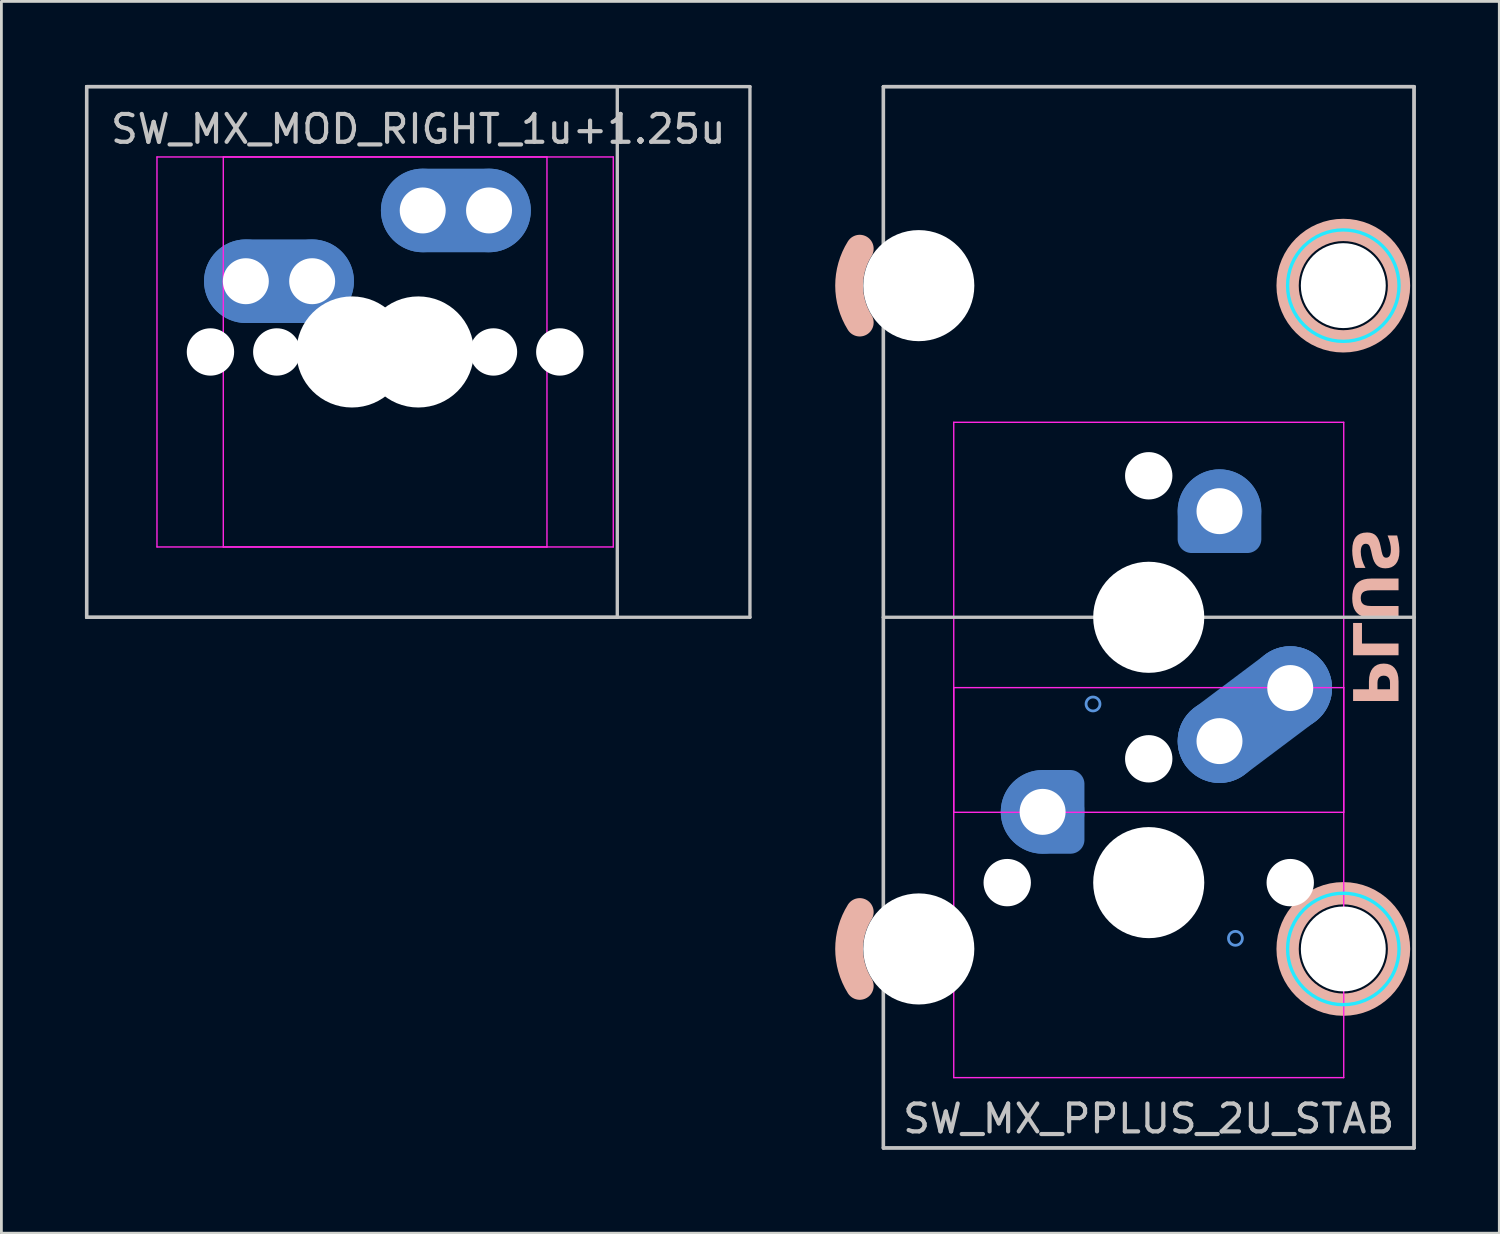
<source format=kicad_pcb>
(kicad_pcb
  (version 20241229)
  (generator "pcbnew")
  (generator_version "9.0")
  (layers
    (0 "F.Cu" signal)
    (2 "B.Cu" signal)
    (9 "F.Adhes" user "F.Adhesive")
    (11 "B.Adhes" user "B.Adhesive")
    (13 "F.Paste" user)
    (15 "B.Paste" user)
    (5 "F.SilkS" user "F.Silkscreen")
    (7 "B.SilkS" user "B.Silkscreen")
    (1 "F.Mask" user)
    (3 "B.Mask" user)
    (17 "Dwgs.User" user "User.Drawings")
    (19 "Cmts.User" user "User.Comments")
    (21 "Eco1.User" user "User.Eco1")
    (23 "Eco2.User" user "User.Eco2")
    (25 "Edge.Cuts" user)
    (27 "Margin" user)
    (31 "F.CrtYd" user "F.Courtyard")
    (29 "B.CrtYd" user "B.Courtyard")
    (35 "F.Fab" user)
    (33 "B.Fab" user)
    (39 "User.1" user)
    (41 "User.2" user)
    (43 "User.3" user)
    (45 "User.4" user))
  (footprint "SW_MX_PPLUS_2U_STAB"
    (layer "F.Cu")
    (at 38.188 28.635)
    (property "Reference" "SW_MX_PPLUS_2U_STAB" (at 0 8.475 180) (layer "Dwgs.User") (effects (font (size 1 1) (thickness 0.15))))
    (attr through_hole exclude_from_pos_files exclude_from_bom)
    (fp_arc (start -10.374995 -20.106252) (mid -10.755 -21.43125) (end -10.374995 -22.756248) (stroke (width 1) (type default)) (layer "B.SilkS"))
    (fp_arc (start -10.374995 3.706248) (mid -10.755 2.38125) (end -10.374995 1.056252) (stroke (width 1) (type default)) (layer "B.SilkS"))
    (fp_circle (center 6.985 -21.431) (end 6.985 -23.431) (stroke (width 0.8) (type solid)) (fill no) (layer "B.SilkS"))
    (fp_circle (center 6.985 2.381) (end 6.985 0.381) (stroke (width 0.8) (type solid)) (fill no) (layer "B.SilkS"))
    (fp_line (start -9.525 -28.575) (end -9.525 -9.525) (stroke (width 0.12) (type solid)) (layer "Dwgs.User"))
    (fp_line (start -9.525 -28.575) (end -9.525 9.525) (stroke (width 0.12) (type solid)) (layer "Dwgs.User"))
    (fp_line (start -9.525 -9.525) (end -9.525 9.525) (stroke (width 0.12) (type solid)) (layer "Dwgs.User"))
    (fp_line (start -9.525 9.525) (end 9.525 9.525) (stroke (width 0.12) (type solid)) (layer "Dwgs.User"))
    (fp_line (start 9.525 -28.575) (end -9.525 -28.575) (stroke (width 0.12) (type solid)) (layer "Dwgs.User"))
    (fp_line (start 9.525 -28.575) (end -9.525 -28.575) (stroke (width 0.12) (type solid)) (layer "Dwgs.User"))
    (fp_line (start 9.525 -28.575) (end 9.525 9.525) (stroke (width 0.12) (type solid)) (layer "Dwgs.User"))
    (fp_line (start 9.525 -9.525) (end -9.525 -9.525) (stroke (width 0.12) (type solid)) (layer "Dwgs.User"))
    (fp_line (start 9.525 -9.525) (end 9.525 -28.575) (stroke (width 0.12) (type solid)) (layer "Dwgs.User"))
    (fp_line (start 9.525 9.525) (end -9.525 9.525) (stroke (width 0.12) (type solid)) (layer "Dwgs.User"))
    (fp_line (start 9.525 9.525) (end 9.525 -9.525) (stroke (width 0.12) (type solid)) (layer "Dwgs.User"))
    (fp_circle (center -3.81 -2.54) (end -3.81 -2.79) (stroke (width 0.1) (type default)) (fill no) (layer "Cmts.User"))
    (fp_circle (center -2 -6.413) (end -1.75 -6.413) (stroke (width 0.1) (type default)) (fill no) (layer "Cmts.User"))
    (fp_circle (center 0 -9.525) (end 0 -10.025) (stroke (width 0.1) (type default)) (fill no) (layer "Cmts.User"))
    (fp_circle (center 2.54 -13.335) (end 2.79 -13.335) (stroke (width 0.1) (type default)) (fill no) (layer "Cmts.User"))
    (fp_circle (center 2.54 -5.08) (end 2.54 -5.33) (stroke (width 0.1) (type default)) (fill no) (layer "Cmts.User"))
    (fp_circle (center 3.112 2) (end 3.112 1.75) (stroke (width 0.1) (type default)) (fill no) (layer "Cmts.User"))
    (fp_circle (center 5.08 -6.985) (end 5.33 -6.985) (stroke (width 0.1) (type default)) (fill no) (layer "Cmts.User"))
    (fp_line (start -8 -24.306) (end -8 -18.556) (stroke (width 0.05) (type solid)) (layer "Eco2.User"))
    (fp_line (start -8 -0.494) (end -8 5.256) (stroke (width 0.05) (type solid)) (layer "Eco2.User"))
    (fp_line (start -7 -3.025) (end -7 -16.025) (stroke (width 0.05) (type solid)) (layer "Eco2.User"))
    (fp_line (start -7 6.5) (end -7 -6.5) (stroke (width 0.05) (type solid)) (layer "Eco2.User"))
    (fp_line (start -6.5 -16.525) (end 6.5 -16.525) (stroke (width 0.05) (type solid)) (layer "Eco2.User"))
    (fp_line (start -6.5 -7) (end 6.5 -7) (stroke (width 0.05) (type solid)) (layer "Eco2.User"))
    (fp_line (start 5.5 -24.806) (end -7.5 -24.806) (stroke (width 0.05) (type solid)) (layer "Eco2.User"))
    (fp_line (start 5.5 -18.056) (end -7.5 -18.056) (stroke (width 0.05) (type solid)) (layer "Eco2.User"))
    (fp_line (start 5.5 -0.994) (end -7.5 -0.994) (stroke (width 0.05) (type solid)) (layer "Eco2.User"))
    (fp_line (start 5.5 5.755) (end -7.5 5.756) (stroke (width 0.05) (type solid)) (layer "Eco2.User"))
    (fp_line (start 6 -24.306) (end 6 -18.556) (stroke (width 0.05) (type solid)) (layer "Eco2.User"))
    (fp_line (start 6 -0.494) (end 6 5.255) (stroke (width 0.05) (type solid)) (layer "Eco2.User"))
    (fp_line (start 6.5 -2.525) (end -6.5 -2.525) (stroke (width 0.05) (type solid)) (layer "Eco2.User"))
    (fp_line (start 6.5 7) (end -6.5 7) (stroke (width 0.05) (type solid)) (layer "Eco2.User"))
    (fp_line (start 7 -16.025) (end 7 -3.025) (stroke (width 0.05) (type solid)) (layer "Eco2.User"))
    (fp_line (start 7 -6.5) (end 7 6.5) (stroke (width 0.05) (type solid)) (layer "Eco2.User"))
    (fp_arc (start -8.000001 -24.30625) (mid -7.853543 -24.659807) (end -7.500001 -24.80625) (stroke (width 0.05) (type solid)) (layer "Eco2.User"))
    (fp_arc (start -8.000001 -0.49375) (mid -7.853543 -0.847307) (end -7.500001 -0.99375) (stroke (width 0.05) (type solid)) (layer "Eco2.User"))
    (fp_arc (start -7.500001 -18.05625) (mid -7.853536 -18.2027) (end -8.000001 -18.55625) (stroke (width 0.05) (type solid)) (layer "Eco2.User"))
    (fp_arc (start -7.500001 5.75625) (mid -7.853563 5.609812) (end -8.000001 5.25625) (stroke (width 0.05) (type solid)) (layer "Eco2.User"))
    (fp_arc (start -7 -16.025) (mid -6.853553 -16.378553) (end -6.5 -16.525) (stroke (width 0.05) (type solid)) (layer "Eco2.User"))
    (fp_arc (start -7 -6.5) (mid -6.853553 -6.853553) (end -6.5 -7) (stroke (width 0.05) (type solid)) (layer "Eco2.User"))
    (fp_arc (start -6.5 7) (mid -6.853553 6.853553) (end -7 6.5) (stroke (width 0.05) (type solid)) (layer "Eco2.User"))
    (fp_arc (start -6.498884 -2.527764) (mid -6.852453 -2.674195) (end -6.998884 -3.027764) (stroke (width 0.05) (type solid)) (layer "Eco2.User"))
    (fp_arc (start 5.499999 -24.80625) (mid 5.853535 -24.659801) (end 5.999999 -24.30625) (stroke (width 0.05) (type solid)) (layer "Eco2.User"))
    (fp_arc (start 5.499999 -0.99375) (mid 5.853535 -0.847301) (end 5.999999 -0.49375) (stroke (width 0.05) (type solid)) (layer "Eco2.User"))
    (fp_arc (start 5.999999 -18.55625) (mid 5.853541 -18.202694) (end 5.499999 -18.05625) (stroke (width 0.05) (type solid)) (layer "Eco2.User"))
    (fp_arc (start 5.999999 5.255039) (mid 5.853545 5.608602) (end 5.499999 5.755039) (stroke (width 0.05) (type solid)) (layer "Eco2.User"))
    (fp_arc (start 6.5 -16.525) (mid 6.853553 -16.378553) (end 7 -16.025) (stroke (width 0.05) (type solid)) (layer "Eco2.User"))
    (fp_arc (start 6.5 -7) (mid 6.853553 -6.853553) (end 7 -6.5) (stroke (width 0.05) (type solid)) (layer "Eco2.User"))
    (fp_arc (start 6.997236 6.498884) (mid 6.850805 6.852453) (end 6.497236 6.998884) (stroke (width 0.05) (type solid)) (layer "Eco2.User"))
    (fp_arc (start 7 -3.025) (mid 6.853553 -2.671447) (end 6.5 -2.525) (stroke (width 0.05) (type solid)) (layer "Eco2.User"))
    (fp_circle (center 6.985 -21.431) (end 6.985 -19.431) (stroke (width 0.12) (type solid)) (fill no) (layer "B.CrtYd"))
    (fp_circle (center 6.985 2.381) (end 6.985 4.381) (stroke (width 0.12) (type solid)) (fill no) (layer "B.CrtYd"))
    (fp_line (start -7 -16.525) (end -7 -2.525) (stroke (width 0.05) (type solid)) (layer "F.CrtYd"))
    (fp_line (start -7 -7) (end -7 7) (stroke (width 0.05) (type solid)) (layer "F.CrtYd"))
    (fp_line (start -7 -2.525) (end 7 -2.525) (stroke (width 0.05) (type solid)) (layer "F.CrtYd"))
    (fp_line (start -7 7) (end 7 7) (stroke (width 0.05) (type solid)) (layer "F.CrtYd"))
    (fp_line (start 7 -16.525) (end -7 -16.525) (stroke (width 0.05) (type solid)) (layer "F.CrtYd"))
    (fp_line (start 7 -7) (end -7 -7) (stroke (width 0.05) (type solid)) (layer "F.CrtYd"))
    (fp_line (start 7 -2.525) (end 7 -16.525) (stroke (width 0.05) (type solid)) (layer "F.CrtYd"))
    (fp_line (start 7 7) (end 7 -7) (stroke (width 0.05) (type solid)) (layer "F.CrtYd"))
    (fp_text user "PLUS" (at 8 -9.525 270) (unlocked yes) (layer "B.SilkS") (effects (font (face "Hitmo2.0") (size 1.6 1.6) (thickness 0.3) (bold yes)) (justify mirror)))
    (pad "" np_thru_hole circle (at -8.255 -21.431 270) (size 3.988 3.988) (drill 3.988) (layers "*.Cu" "*.Mask"))
    (pad "" np_thru_hole circle (at -8.255 2.381 270) (size 3.988 3.988) (drill 3.988) (layers "*.Cu" "*.Mask"))
    (pad "" np_thru_hole circle (at -5.08 0) (size 1.7 1.7) (drill 1.7) (layers "*.Cu" "*.Mask"))
    (pad "" np_thru_hole circle (at 0 -14.605 270) (size 1.7 1.7) (drill 1.7) (layers "*.Cu" "*.Mask"))
    (pad "" np_thru_hole circle (at 0 -9.525 90) (size 3.988 3.988) (drill 3.988) (layers "*.Cu" "*.Mask"))
    (pad "" np_thru_hole circle (at 0 -4.445 270) (size 1.7 1.7) (drill 1.7) (layers "*.Cu" "*.Mask"))
    (pad "" np_thru_hole circle (at 0 0) (size 3.988 3.988) (drill 3.988) (layers "*.Cu" "*.Mask"))
    (pad "" np_thru_hole circle (at 5.08 0) (size 1.7 1.7) (drill 1.7) (layers "*.Cu" "*.Mask"))
    (pad "" np_thru_hole circle (at 6.985 -21.431 270) (size 3.048 3.048) (drill 3.048) (layers "*.Cu" "*.Mask"))
    (pad "" np_thru_hole circle (at 6.985 2.381 270) (size 3.048 3.048) (drill 3.048) (layers "*.Cu" "*.Mask"))
    (pad "1" thru_hole circle (at -3.81 -2.54) (size 2 2) (drill 1.65) (layers "*.Cu") (remove_unused_layers yes) (keep_end_layers yes) (zone_layer_connections))
    (pad "1" smd custom (at -3.81 -2.54) (size 2.7 2.7) (layers "B.Cu" "B.Mask") (options (anchor circle)) (primitives (gr_poly (pts (arc (start 0 1.35) (mid -1.35 0) (end 0 -1.35)) (arc (start 0.9 -1.35) (mid 1.218198 -1.218198) (end 1.35 -0.9)) (arc (start 1.35 0.9) (mid 1.218198 1.218198) (end 0.9 1.35))) (width 0.004) (fill yes))))
    (pad "1" smd circle (at -3.81 -2.54) (size 3 3) (layers "B.Cu"))
    (pad "1" smd custom (at -3.81 -2.54) (size 3 3) (layers "B.Cu") (options (anchor circle)) (primitives (gr_poly (pts (arc (start 0 1.5) (mid -1.5 0) (end 0 -1.5)) (arc (start 1 -1.5) (mid 1.353554 -1.353554) (end 1.5 -1)) (arc (start 1.5 1) (mid 1.353554 1.353554) (end 1 1.5))) (width 0.004) (fill yes))))
    (pad "1" thru_hole circle (at 2.54 -13.335 270) (size 2 2) (drill 1.65) (layers "*.Cu") (remove_unused_layers yes) (keep_end_layers yes) (zone_layer_connections))
    (pad "1" smd custom (at 2.54 -13.335 270) (size 2.7 2.7) (layers "B.Cu" "B.Mask") (options (anchor circle)) (primitives (gr_poly (pts (arc (start 0 1.35) (mid -1.35 0) (end 0 -1.35)) (arc (start 0.9 -1.35) (mid 1.218198 -1.218198) (end 1.35 -0.9)) (arc (start 1.35 0.9) (mid 1.218198 1.218198) (end 0.9 1.35))) (width 0.004) (fill yes))))
    (pad "1" smd circle (at 2.54 -13.335 270) (size 3 3) (layers "B.Cu"))
    (pad "1" smd custom (at 2.54 -13.335 270) (size 3 3) (layers "B.Cu") (options (anchor circle)) (primitives (gr_poly (pts (arc (start 0 1.5) (mid -1.5 0) (end 0 -1.5)) (arc (start 1 -1.5) (mid 1.353554 -1.353554) (end 1.5 -1)) (arc (start 1.5 1) (mid 1.353554 1.353554) (end 1 1.5))) (width 0.004) (fill yes))))
    (pad "2" thru_hole circle (at 2.54 -5.08 180) (size 2 2) (drill 1.65) (layers "*.Cu") (remove_unused_layers yes) (keep_end_layers yes) (zone_layer_connections))
    (pad "2" smd circle (at 2.54 -5.08 180) (size 2.7 2.7) (layers "B.Cu" "B.Mask"))
    (pad "2" smd circle (at 2.54 -5.08 180) (size 3 3) (layers "B.Cu"))
    (pad "2" smd circle (at 2.54 -5.08) (size 3 3) (layers "B.Cu"))
    (pad "2" smd oval (at 3.81 -6.032 126.9) (size 2 5.175) (layers "F.Cu"))
    (pad "2" smd oval (at 3.81 -6.032 126.9) (size 3 6.175) (layers "B.Cu"))
    (pad "2" thru_hole circle (at 5.08 -6.985 90) (size 2 2) (drill 1.65) (layers "*.Cu") (remove_unused_layers yes) (keep_end_layers yes) (zone_layer_connections))
    (pad "2" smd circle (at 5.08 -6.985 180) (size 2.7 2.7) (layers "B.Cu" "B.Mask"))
    (pad "2" smd circle (at 5.08 -6.985 90) (size 3 3) (layers "B.Cu"))
    (pad "2" smd circle (at 5.08 -6.985 270) (size 3 3) (layers "B.Cu")))
  (footprint "SW_MX_MOD_RIGHT_1u+1.25u"
    (layer "F.Cu")
    (at 11.966 9.585)
    (property "Reference" "SW_MX_MOD_RIGHT_1u+1.25u" (at 0 -8 0) (layer "Dwgs.User") (effects (font (size 1 1) (thickness 0.15))))
    (attr through_hole exclude_from_pos_files exclude_from_bom)
    (fp_line (start -11.906 -9.525) (end -11.906 9.525) (stroke (width 0.12) (type solid)) (layer "Dwgs.User"))
    (fp_line (start -11.906 -9.525) (end -11.906 9.525) (stroke (width 0.12) (type solid)) (layer "Dwgs.User"))
    (fp_line (start -11.906 9.525) (end 7.144 9.525) (stroke (width 0.12) (type solid)) (layer "Dwgs.User"))
    (fp_line (start -11.906 9.525) (end 11.906 9.525) (stroke (width 0.12) (type solid)) (layer "Dwgs.User"))
    (fp_line (start 7.144 -9.525) (end -11.906 -9.525) (stroke (width 0.12) (type solid)) (layer "Dwgs.User"))
    (fp_line (start 7.144 9.525) (end 7.144 -9.525) (stroke (width 0.12) (type solid)) (layer "Dwgs.User"))
    (fp_line (start 11.906 -9.525) (end -11.906 -9.525) (stroke (width 0.12) (type solid)) (layer "Dwgs.User"))
    (fp_line (start 11.906 9.525) (end 11.906 -9.525) (stroke (width 0.12) (type solid)) (layer "Dwgs.User"))
    (fp_line (start -9.381 6.5) (end -9.381 -6.5) (stroke (width 0.05) (type solid)) (layer "Eco2.User"))
    (fp_line (start -8.881 -7) (end 4.119 -7) (stroke (width 0.05) (type solid)) (layer "Eco2.User"))
    (fp_line (start -7 6.5) (end -7 -6.5) (stroke (width 0.05) (type solid)) (layer "Eco2.User"))
    (fp_line (start -6.5 -7) (end 6.5 -7) (stroke (width 0.05) (type solid)) (layer "Eco2.User"))
    (fp_line (start 4.119 7) (end -8.881 7) (stroke (width 0.05) (type solid)) (layer "Eco2.User"))
    (fp_line (start 4.619 -6.5) (end 4.619 6.5) (stroke (width 0.05) (type solid)) (layer "Eco2.User"))
    (fp_line (start 6.5 7) (end -6.5 7) (stroke (width 0.05) (type solid)) (layer "Eco2.User"))
    (fp_line (start 7 -6.5) (end 7 6.5) (stroke (width 0.05) (type solid)) (layer "Eco2.User"))
    (fp_arc (start -9.38125 -6.5) (mid -9.234803 -6.853553) (end -8.88125 -7) (stroke (width 0.05) (type solid)) (layer "Eco2.User"))
    (fp_arc (start -8.88125 7) (mid -9.234803 6.853553) (end -9.38125 6.5) (stroke (width 0.05) (type solid)) (layer "Eco2.User"))
    (fp_arc (start -7 -6.5) (mid -6.853553 -6.853553) (end -6.5 -7) (stroke (width 0.05) (type solid)) (layer "Eco2.User"))
    (fp_arc (start -6.5 7) (mid -6.853553 6.853553) (end -7 6.5) (stroke (width 0.05) (type solid)) (layer "Eco2.User"))
    (fp_arc (start 4.11875 -7) (mid 4.472303 -6.853553) (end 4.61875 -6.5) (stroke (width 0.05) (type solid)) (layer "Eco2.User"))
    (fp_arc (start 4.615986 6.498884) (mid 4.469555 6.852453) (end 4.115986 6.998884) (stroke (width 0.05) (type solid)) (layer "Eco2.User"))
    (fp_arc (start 6.5 -7) (mid 6.853553 -6.853553) (end 7 -6.5) (stroke (width 0.05) (type solid)) (layer "Eco2.User"))
    (fp_arc (start 6.997236 6.498884) (mid 6.850789 6.852437) (end 6.497236 6.998884) (stroke (width 0.05) (type solid)) (layer "Eco2.User"))
    (fp_line (start -9.381 -7) (end -9.381 7) (stroke (width 0.05) (type solid)) (layer "F.CrtYd"))
    (fp_line (start -9.381 7) (end 4.619 7) (stroke (width 0.05) (type solid)) (layer "F.CrtYd"))
    (fp_line (start -7 -7) (end -7 7) (stroke (width 0.05) (type solid)) (layer "F.CrtYd"))
    (fp_line (start -7 7) (end 7 7) (stroke (width 0.05) (type solid)) (layer "F.CrtYd"))
    (fp_line (start 4.619 -7) (end -9.381 -7) (stroke (width 0.05) (type solid)) (layer "F.CrtYd"))
    (fp_line (start 4.619 7) (end 4.619 -7) (stroke (width 0.05) (type solid)) (layer "F.CrtYd"))
    (fp_line (start 7 -7) (end -7 -7) (stroke (width 0.05) (type solid)) (layer "F.CrtYd"))
    (fp_line (start 7 7) (end 7 -7) (stroke (width 0.05) (type solid)) (layer "F.CrtYd"))
    (pad "" np_thru_hole circle (at -7.461 0) (size 1.7 1.7) (drill 1.7) (layers "*.Cu" "*.Mask"))
    (pad "" np_thru_hole circle (at -5.08 0) (size 1.7 1.7) (drill 1.7) (layers "*.Cu" "*.Mask"))
    (pad "" np_thru_hole circle (at -2.381 0) (size 3.988 3.988) (drill 3.988) (layers "*.Cu" "*.Mask"))
    (pad "" np_thru_hole circle (at 0 0) (size 3.988 3.988) (drill 3.988) (layers "*.Cu" "*.Mask"))
    (pad "" np_thru_hole circle (at 2.699 0) (size 1.7 1.7) (drill 1.7) (layers "*.Cu" "*.Mask"))
    (pad "" np_thru_hole circle (at 5.08 0) (size 1.7 1.7) (drill 1.7) (layers "*.Cu" "*.Mask"))
    (pad "1" thru_hole circle (at -6.191 -2.54) (size 2 2) (drill 1.65) (layers "*.Cu") (remove_unused_layers yes) (keep_end_layers yes) (zone_layer_connections))
    (pad "1" smd circle (at -6.191 -2.54) (size 2.7 2.7) (layers "B.Cu" "B.Mask"))
    (pad "1" smd circle (at -6.191 -2.54) (size 3 3) (layers "B.Cu"))
    (pad "1" smd oval (at -5.001 -2.54) (size 4.381 2) (layers "F.Cu"))
    (pad "1" smd oval (at -5.001 -2.54) (size 5.381 3) (layers "B.Cu"))
    (pad "1" thru_hole circle (at -3.81 -2.54) (size 2 2) (drill 1.65) (layers "*.Cu") (remove_unused_layers yes) (keep_end_layers yes) (zone_layer_connections))
    (pad "1" smd circle (at -3.81 -2.54) (size 2.7 2.7) (layers "B.Cu" "B.Mask"))
    (pad "1" smd circle (at -3.81 -2.54) (size 3 3) (layers "B.Cu"))
    (pad "2" thru_hole circle (at 0.159 -5.08) (size 2 2) (drill 1.65) (layers "*.Cu") (remove_unused_layers yes) (keep_end_layers yes) (zone_layer_connections))
    (pad "2" smd circle (at 0.159 -5.08) (size 2.7 2.7) (layers "B.Cu" "B.Mask"))
    (pad "2" smd circle (at 0.159 -5.08) (size 3 3) (layers "B.Cu"))
    (pad "2" smd oval (at 1.349 -5.08) (size 4.381 2) (layers "F.Cu"))
    (pad "2" smd oval (at 1.349 -5.08) (size 5.381 3) (layers "B.Cu"))
    (pad "2" thru_hole circle (at 2.54 -5.08) (size 2 2) (drill 1.65) (layers "*.Cu") (remove_unused_layers yes) (keep_end_layers yes) (zone_layer_connections))
    (pad "2" smd circle (at 2.54 -5.08) (size 2.7 2.7) (layers "B.Cu" "B.Mask"))
    (pad "2" smd circle (at 2.54 -5.08) (size 3 3) (layers "B.Cu")))
  (gr_rect
    (start -3 -3)
    (end 50.773 41.22)
    (stroke (width 0.1) (type default))
    (fill no)
    (layer "Edge.Cuts")))
</source>
